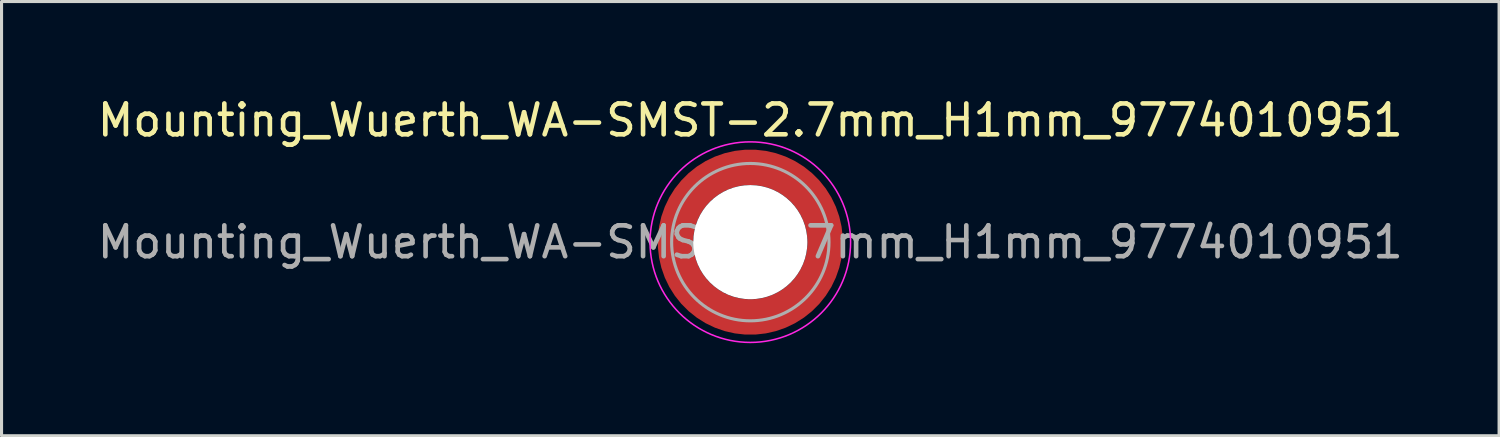
<source format=kicad_pcb>
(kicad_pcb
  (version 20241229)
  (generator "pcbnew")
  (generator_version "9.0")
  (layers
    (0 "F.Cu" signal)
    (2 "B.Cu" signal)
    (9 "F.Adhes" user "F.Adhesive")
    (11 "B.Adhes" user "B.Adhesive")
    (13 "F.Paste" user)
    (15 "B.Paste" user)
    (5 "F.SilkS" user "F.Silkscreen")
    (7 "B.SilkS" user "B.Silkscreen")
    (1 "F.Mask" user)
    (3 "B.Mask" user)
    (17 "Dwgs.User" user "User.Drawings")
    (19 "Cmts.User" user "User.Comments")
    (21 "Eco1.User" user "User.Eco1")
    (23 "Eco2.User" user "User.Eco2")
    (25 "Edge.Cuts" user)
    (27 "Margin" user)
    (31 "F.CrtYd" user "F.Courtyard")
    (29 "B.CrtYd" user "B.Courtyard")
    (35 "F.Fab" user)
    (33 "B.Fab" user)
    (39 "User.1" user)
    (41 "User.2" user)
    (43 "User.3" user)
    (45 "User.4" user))
  (footprint "Mounting_Wuerth_WA-SMST-2.7mm_H1mm_9774010951"
    (layer "F.Cu")
    (at 21.268 4.798)
    (property "Reference" "Mounting_Wuerth_WA-SMST-2.7mm_H1mm_9774010951" (at 0 -3.95 0) (layer "F.SilkS") (effects (font (size 1 1) (thickness 0.15))))
    (attr smd)
    (fp_circle (center 0 0) (end 3.25 0) (stroke (width 0.05) (type solid)) (fill no) (layer "F.CrtYd"))
    (fp_circle (center 0 0) (end 2.55 0) (stroke (width 0.1) (type solid)) (fill no) (layer "F.Fab"))
    (fp_text user "${REFERENCE}" (at 0 0 0) (layer "F.Fab") (effects (font (size 1 1) (thickness 0.15))))
    (pad "" smd custom (at -1.704 -1.704) (size 0.62 0.62) (layers "F.Paste") (options (anchor circle)) (primitives (gr_arc (start -0.250195 1.279127) (mid 0.289146 0.290681) (end 1.277006 -0.249732) (width 0.2)) (gr_arc (start -0.34334 1.279127) (mid 0.224883 0.226093) (end 1.277452 -0.342992) (width 0.2)) (gr_arc (start -0.436309 1.279127) (mid 0.160537 0.16159) (end 1.277666 -0.436018) (width 0.2)) (gr_arc (start -0.529126 1.279127) (mid 0.095932 0.097343) (end 1.277167 -0.528752) (width 0.2)) (gr_arc (start -0.621807 1.279127) (mid 0.0309 0.033527) (end 1.275473 -0.621136) (width 0.2)) (gr_arc (start -0.71437 1.279127) (mid -0.03322 -0.031206) (end 1.276322 -0.713875) (width 0.2)) (gr_arc (start -0.806826 1.279127) (mid -0.097997 -0.095278) (end 1.275336 -0.806181) (width 0.2)) (gr_arc (start -0.899187 1.279127) (mid -0.161977 -0.160149) (end 1.276577 -0.898769) (width 0.2)) (gr_arc (start -0.991463 1.279127) (mid -0.226842 -0.224133) (end 1.275343 -0.990864) (width 0.2)) (gr_arc (start -1.083663 1.279127) (mid -0.291026 -0.288801) (end 1.276016 -1.083187) (width 0.2)) (gr_line (start 1.279 -0.25) (end 1.279 -1.084) (width 0.2)) (gr_line (start -0.25 1.279) (end -1.084 1.279) (width 0.2))))
    (pad "" smd custom (at -1.704 1.704) (size 0.62 0.62) (layers "F.Paste") (options (anchor circle)) (primitives (gr_arc (start 1.279127 0.250195) (mid 0.290681 -0.289146) (end -0.249732 -1.277006) (width 0.2)) (gr_arc (start 1.279127 0.34334) (mid 0.226093 -0.224883) (end -0.342992 -1.277452) (width 0.2)) (gr_arc (start 1.279127 0.436309) (mid 0.16159 -0.160537) (end -0.436018 -1.277666) (width 0.2)) (gr_arc (start 1.279127 0.529126) (mid 0.097343 -0.095932) (end -0.528752 -1.277167) (width 0.2)) (gr_arc (start 1.279127 0.621807) (mid 0.033527 -0.0309) (end -0.621136 -1.275473) (width 0.2)) (gr_arc (start 1.279127 0.71437) (mid -0.031206 0.03322) (end -0.713875 -1.276322) (width 0.2)) (gr_arc (start 1.279127 0.806826) (mid -0.095278 0.097997) (end -0.806181 -1.275336) (width 0.2)) (gr_arc (start 1.279127 0.899187) (mid -0.160149 0.161977) (end -0.898769 -1.276577) (width 0.2)) (gr_arc (start 1.279127 0.991463) (mid -0.224133 0.226842) (end -0.990864 -1.275343) (width 0.2)) (gr_arc (start 1.279127 1.083663) (mid -0.288801 0.291026) (end -1.083187 -1.276016) (width 0.2)) (gr_line (start -0.25 -1.279) (end -1.084 -1.279) (width 0.2)) (gr_line (start 1.279 0.25) (end 1.279 1.084) (width 0.2))))
    (pad "" np_thru_hole circle (at 0 0) (size 3.7 3.7) (drill 3.7) (layers "*.Cu" "*.Mask"))
    (pad "" smd custom (at 1.704 -1.704) (size 0.62 0.62) (layers "F.Paste") (options (anchor circle)) (primitives (gr_arc (start -1.279127 -0.250195) (mid -0.290681 0.289146) (end 0.249732 1.277006) (width 0.2)) (gr_arc (start -1.279127 -0.34334) (mid -0.226093 0.224883) (end 0.342992 1.277452) (width 0.2)) (gr_arc (start -1.279127 -0.436309) (mid -0.16159 0.160537) (end 0.436018 1.277666) (width 0.2)) (gr_arc (start -1.279127 -0.529126) (mid -0.097343 0.095932) (end 0.528752 1.277167) (width 0.2)) (gr_arc (start -1.279127 -0.621807) (mid -0.033527 0.0309) (end 0.621136 1.275473) (width 0.2)) (gr_arc (start -1.279127 -0.71437) (mid 0.031206 -0.03322) (end 0.713875 1.276322) (width 0.2)) (gr_arc (start -1.279127 -0.806826) (mid 0.095278 -0.097997) (end 0.806181 1.275336) (width 0.2)) (gr_arc (start -1.279127 -0.899187) (mid 0.160149 -0.161977) (end 0.898769 1.276577) (width 0.2)) (gr_arc (start -1.279127 -0.991463) (mid 0.224133 -0.226842) (end 0.990864 1.275343) (width 0.2)) (gr_arc (start -1.279127 -1.083663) (mid 0.288801 -0.291026) (end 1.083187 1.276016) (width 0.2)) (gr_line (start 0.25 1.279) (end 1.084 1.279) (width 0.2)) (gr_line (start -1.279 -0.25) (end -1.279 -1.084) (width 0.2))))
    (pad "" smd custom (at 1.704 1.704) (size 0.62 0.62) (layers "F.Paste") (options (anchor circle)) (primitives (gr_arc (start 0.250195 -1.279127) (mid -0.289146 -0.290681) (end -1.277006 0.249732) (width 0.2)) (gr_arc (start 0.34334 -1.279127) (mid -0.224883 -0.226093) (end -1.277452 0.342992) (width 0.2)) (gr_arc (start 0.436309 -1.279127) (mid -0.160537 -0.16159) (end -1.277666 0.436018) (width 0.2)) (gr_arc (start 0.529126 -1.279127) (mid -0.095932 -0.097343) (end -1.277167 0.528752) (width 0.2)) (gr_arc (start 0.621807 -1.279127) (mid -0.0309 -0.033527) (end -1.275473 0.621136) (width 0.2)) (gr_arc (start 0.71437 -1.279127) (mid 0.03322 0.031206) (end -1.276322 0.713875) (width 0.2)) (gr_arc (start 0.806826 -1.279127) (mid 0.097997 0.095278) (end -1.275336 0.806181) (width 0.2)) (gr_arc (start 0.899187 -1.279127) (mid 0.161977 0.160149) (end -1.276577 0.898769) (width 0.2)) (gr_arc (start 0.991463 -1.279127) (mid 0.226842 0.224133) (end -1.275343 0.990864) (width 0.2)) (gr_arc (start 1.083663 -1.279127) (mid 0.291026 0.288801) (end -1.276016 1.083187) (width 0.2)) (gr_line (start -1.279 0.25) (end -1.279 1.084) (width 0.2)) (gr_line (start 0.25 -1.279) (end 1.084 -1.279) (width 0.2))))
    (pad "1" smd circle (at -2.425 0) (size 0.75 0.75) (layers "F.Cu"))
    (pad "1" smd circle (at 0 -2.425) (size 0.75 0.75) (layers "F.Cu"))
    (pad "1" smd circle (at 0 2.425) (size 0.75 0.75) (layers "F.Cu"))
    (pad "1" smd custom (at 2.425 0) (size 0.75 0.75) (layers "F.Cu" "F.Mask") (options (anchor circle)) (primitives (gr_circle (center -2.425 0) (end 0 0) (width 1.15) (fill no)))))
  (gr_rect
    (start -3 -3)
    (end 45.536 11.073)
    (stroke (width 0.1) (type default))
    (fill no)
    (layer "Edge.Cuts")))
</source>
